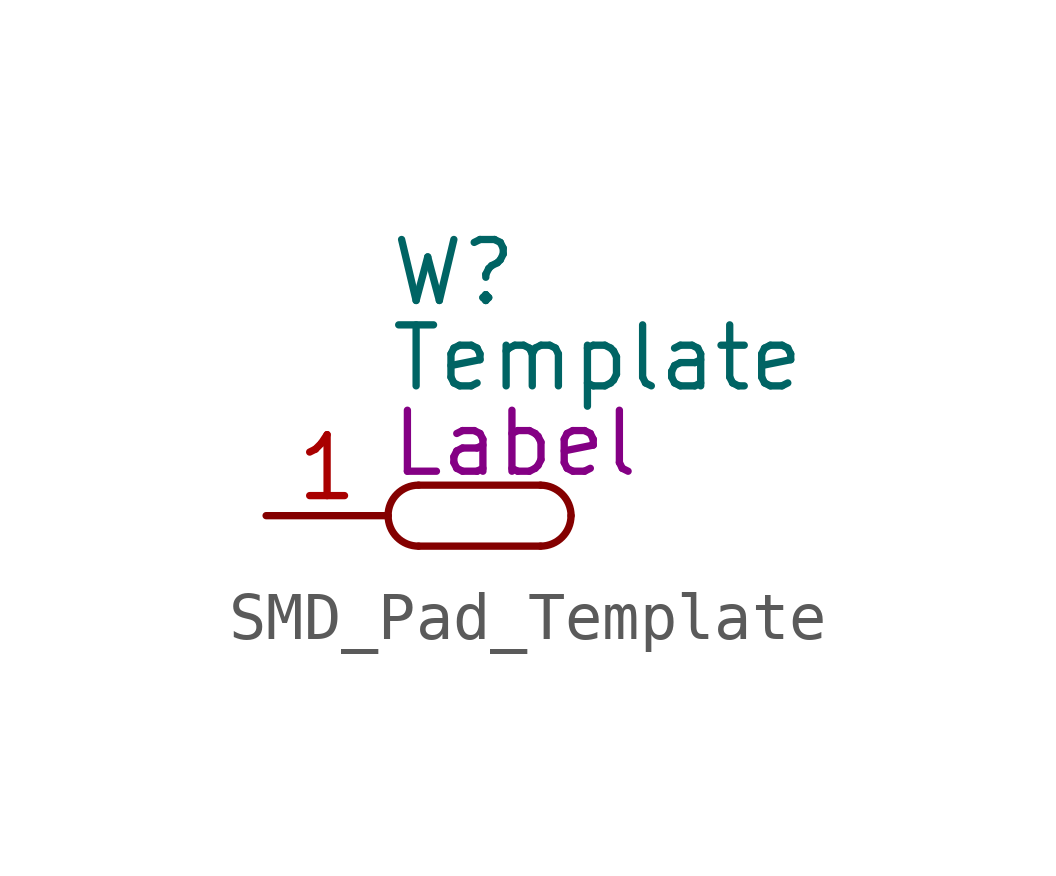
<source format=kicad_sym>
(kicad_symbol_lib
  (version 20241209)
  (generator "kicad_symbol_editor")
  (generator_version "9.0")
  (symbol "SMD_Pad_Template"
    (property "Reference" "W"
      (at 0 4.318 0)
      (effects (font (size 1.27 1.27)) (justify left bottom)))
    (property "Value" "Template"
      (at 0 2.54 0)
      (effects (font (size 1.27 1.27)) (justify left bottom)))
    (property "Label" "Label"
      (at 0 0.762 0)
      (effects (font (size 1.27 1.27)) (justify left bottom)))
    (symbol "SMD_Pad_Template_0_1"
      (polyline (pts (xy 0.635 0.635) (xy 3.175 0.635)) (stroke (width 0) (type default)) (fill (type none)))
      (arc (start 0 0) (mid 0.186 0.449) (end 0.635 0.635) (stroke (width 0) (type default)) (fill (type none)))
      (arc (start 0.635 -0.635) (mid 0.186 -0.449) (end 0 0) (stroke (width 0) (type default)) (fill (type none)))
      (polyline (pts (xy 0.635 -0.635) (xy 3.175 -0.635)) (stroke (width 0) (type default)) (fill (type none)))
      (arc (start 3.175 0.635) (mid 3.624 0.449) (end 3.81 0) (stroke (width 0) (type default)) (fill (type none)))
      (arc (start 3.81 0) (mid 3.624 -0.449) (end 3.175 -0.635) (stroke (width 0) (type default)) (fill (type none))))
    (symbol "SMD_Pad_Template_1_1"
      (pin passive line (at -2.54 0 0) (length 2.54) (name "" (effects (font (size 1.27 1.27)))) (number "1" (effects (font (size 1.27 1.27))))))))
</source>
